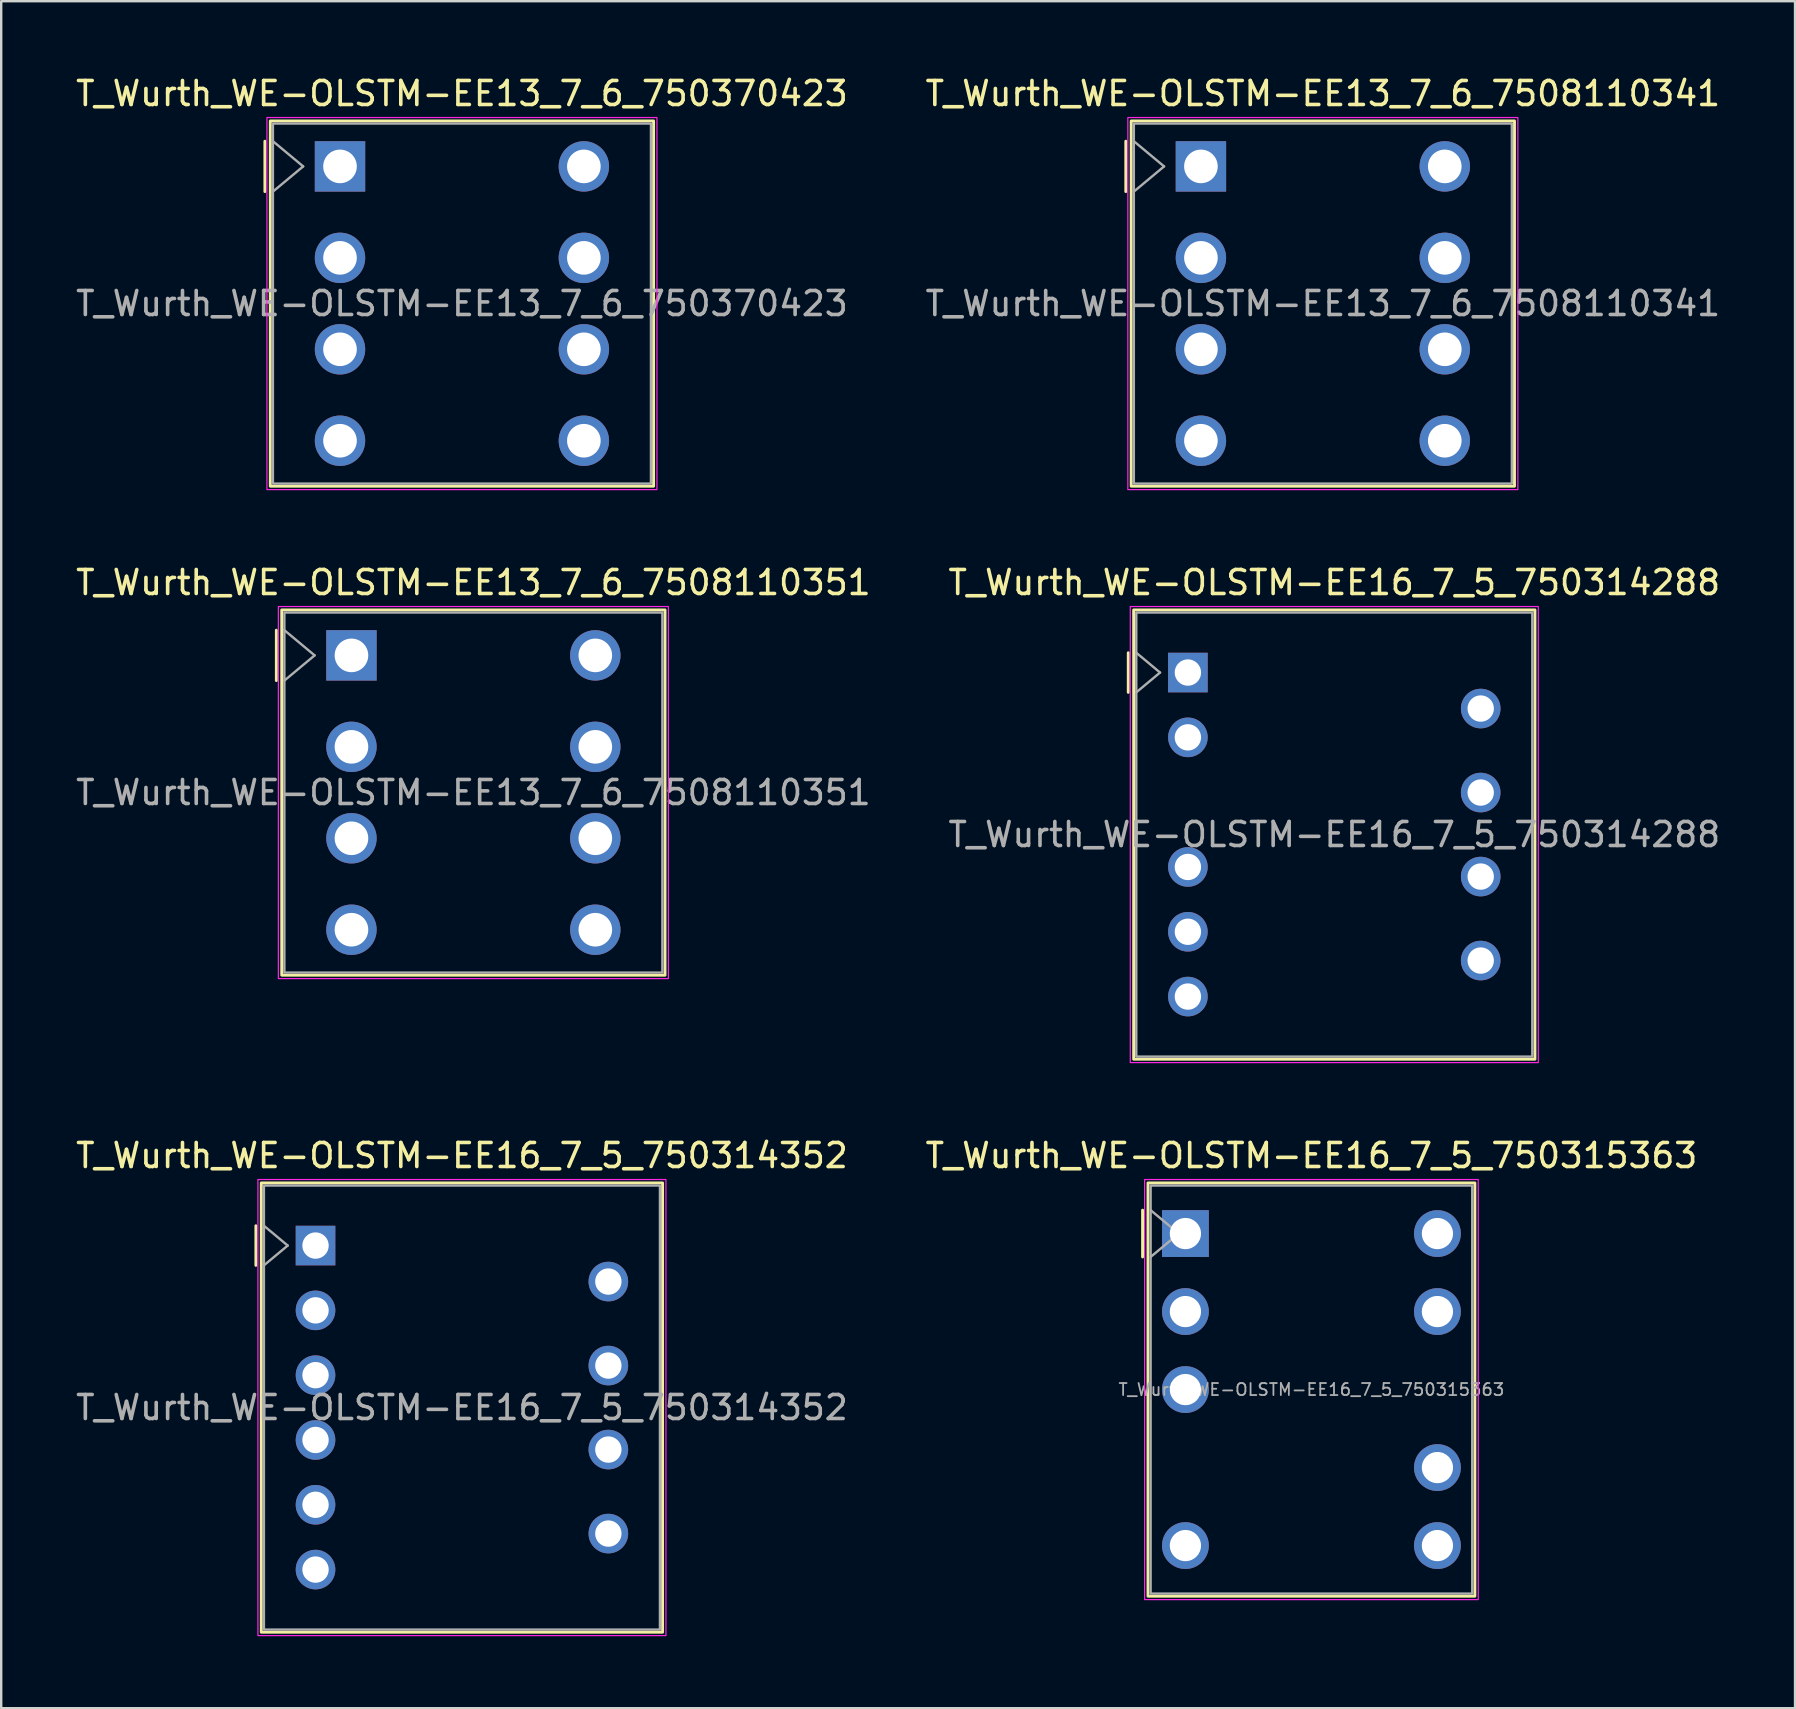
<source format=kicad_pcb>
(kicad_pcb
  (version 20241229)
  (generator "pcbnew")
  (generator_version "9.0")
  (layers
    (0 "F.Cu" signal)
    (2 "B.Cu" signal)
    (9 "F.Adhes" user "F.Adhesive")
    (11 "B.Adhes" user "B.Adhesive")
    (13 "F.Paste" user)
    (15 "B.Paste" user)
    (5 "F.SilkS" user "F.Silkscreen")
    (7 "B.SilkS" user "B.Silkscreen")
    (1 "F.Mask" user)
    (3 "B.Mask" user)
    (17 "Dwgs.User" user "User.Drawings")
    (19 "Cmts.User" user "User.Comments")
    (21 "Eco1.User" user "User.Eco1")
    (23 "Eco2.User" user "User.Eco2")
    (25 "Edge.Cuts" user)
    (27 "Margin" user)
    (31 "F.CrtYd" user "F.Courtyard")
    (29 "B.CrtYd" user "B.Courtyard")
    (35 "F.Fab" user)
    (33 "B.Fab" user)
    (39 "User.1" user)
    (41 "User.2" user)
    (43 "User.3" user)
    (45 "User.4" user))
  (footprint "T_Wurth_WE-OLSTM-EE16_7_5_750314352"
    (layer "F.Cu")
    (at 10.096 48.845)
    (property "Reference" "T_Wurth_WE-OLSTM-EE16_7_5_750314352" (at 6.1 -3.75 0) (unlocked yes) (layer "F.SilkS") (effects (font (size 1 1) (thickness 0.15))))
    (attr smd)
    (fp_line (start -2.485 -0.825) (end -2.485 0.825) (stroke (width 0.12) (type solid)) (layer "F.SilkS"))
    (fp_rect (start -2.26 -2.61) (end 14.46 16.11) (stroke (width 0.12) (type solid)) (fill no) (layer "F.SilkS"))
    (fp_rect (start -2.4 -2.75) (end 14.6 16.25) (stroke (width 0.05) (type solid)) (fill no) (layer "F.CrtYd"))
    (fp_line (start -2.15 -0.825) (end -1.16 0) (stroke (width 0.1) (type solid)) (layer "F.Fab"))
    (fp_line (start -2.15 0.825) (end -1.16 0) (stroke (width 0.1) (type solid)) (layer "F.Fab"))
    (fp_rect (start -2.15 -2.5) (end 14.35 16) (stroke (width 0.1) (type solid)) (fill no) (layer "F.Fab"))
    (fp_text user "${REFERENCE}" (at 6.1 6.75 0) (unlocked yes) (layer "F.Fab") (effects (font (size 1 1) (thickness 0.15))))
    (pad "1" thru_hole rect (at 0 0) (size 1.65 1.65) (drill 1.1) (layers "*.Cu" "*.Mask"))
    (pad "2" thru_hole circle (at 0 2.7) (size 1.65 1.65) (drill 1.1) (layers "*.Cu" "*.Mask"))
    (pad "3" thru_hole circle (at 0 5.4) (size 1.65 1.65) (drill 1.1) (layers "*.Cu" "*.Mask"))
    (pad "4" thru_hole circle (at 0 8.1) (size 1.65 1.65) (drill 1.1) (layers "*.Cu" "*.Mask"))
    (pad "5" thru_hole circle (at 0 10.8) (size 1.65 1.65) (drill 1.1) (layers "*.Cu" "*.Mask"))
    (pad "6" thru_hole circle (at 0 13.5) (size 1.65 1.65) (drill 1.1) (layers "*.Cu" "*.Mask"))
    (pad "7" thru_hole circle (at 12.2 12) (size 1.65 1.65) (drill 1.1) (layers "*.Cu" "*.Mask"))
    (pad "8" thru_hole circle (at 12.2 8.5) (size 1.65 1.65) (drill 1.1) (layers "*.Cu" "*.Mask"))
    (pad "9" thru_hole circle (at 12.2 5) (size 1.65 1.65) (drill 1.1) (layers "*.Cu" "*.Mask"))
    (pad "10" thru_hole circle (at 12.2 1.5) (size 1.65 1.65) (drill 1.1) (layers "*.Cu" "*.Mask")))
  (footprint "T_Wurth_WE-OLSTM-EE16_7_5_750314288"
    (layer "F.Cu")
    (at 46.442 24.971)
    (property "Reference" "T_Wurth_WE-OLSTM-EE16_7_5_750314288" (at 6.1 -3.75 0) (unlocked yes) (layer "F.SilkS") (effects (font (size 1 1) (thickness 0.15))))
    (attr smd)
    (fp_line (start -2.485 -0.825) (end -2.485 0.825) (stroke (width 0.12) (type solid)) (layer "F.SilkS"))
    (fp_rect (start -2.26 -2.61) (end 14.46 16.11) (stroke (width 0.12) (type solid)) (fill no) (layer "F.SilkS"))
    (fp_rect (start -2.4 -2.75) (end 14.6 16.25) (stroke (width 0.05) (type solid)) (fill no) (layer "F.CrtYd"))
    (fp_line (start -2.15 -0.825) (end -1.16 0) (stroke (width 0.1) (type solid)) (layer "F.Fab"))
    (fp_line (start -2.15 0.825) (end -1.16 0) (stroke (width 0.1) (type solid)) (layer "F.Fab"))
    (fp_rect (start -2.15 -2.5) (end 14.35 16) (stroke (width 0.1) (type solid)) (fill no) (layer "F.Fab"))
    (fp_text user "${REFERENCE}" (at 6.1 6.75 0) (unlocked yes) (layer "F.Fab") (effects (font (size 1 1) (thickness 0.15))))
    (pad "1" thru_hole rect (at 0 0) (size 1.65 1.65) (drill 1.1) (layers "*.Cu" "*.Mask"))
    (pad "2" thru_hole circle (at 0 2.7) (size 1.65 1.65) (drill 1.1) (layers "*.Cu" "*.Mask"))
    (pad "4" thru_hole circle (at 0 8.1) (size 1.65 1.65) (drill 1.1) (layers "*.Cu" "*.Mask"))
    (pad "5" thru_hole circle (at 0 10.8) (size 1.65 1.65) (drill 1.1) (layers "*.Cu" "*.Mask"))
    (pad "6" thru_hole circle (at 0 13.5) (size 1.65 1.65) (drill 1.1) (layers "*.Cu" "*.Mask"))
    (pad "7" thru_hole circle (at 12.2 12) (size 1.65 1.65) (drill 1.1) (layers "*.Cu" "*.Mask"))
    (pad "8" thru_hole circle (at 12.2 8.5) (size 1.65 1.65) (drill 1.1) (layers "*.Cu" "*.Mask"))
    (pad "9" thru_hole circle (at 12.2 5) (size 1.65 1.65) (drill 1.1) (layers "*.Cu" "*.Mask"))
    (pad "10" thru_hole circle (at 12.2 1.5) (size 1.65 1.65) (drill 1.1) (layers "*.Cu" "*.Mask")))
  (footprint "T_Wurth_WE-OLSTM-EE13_7_6_7508110341"
    (layer "F.Cu")
    (at 46.985 3.883)
    (property "Reference" "T_Wurth_WE-OLSTM-EE13_7_6_7508110341" (at 5.08 -3.035 0) (unlocked yes) (layer "F.SilkS") (effects (font (size 1 1) (thickness 0.15))))
    (attr smd)
    (fp_line (start -3.13 -1.05) (end -3.13 1.05) (stroke (width 0.12) (type solid)) (layer "F.SilkS"))
    (fp_rect (start -2.905 -1.895) (end 13.065 13.325) (stroke (width 0.12) (type solid)) (fill no) (layer "F.SilkS"))
    (fp_rect (start -3.045 -2.035) (end 13.205 13.465) (stroke (width 0.05) (type solid)) (fill no) (layer "F.CrtYd"))
    (fp_line (start -2.795 -1.05) (end -1.535 0) (stroke (width 0.1) (type solid)) (layer "F.Fab"))
    (fp_line (start -2.795 1.05) (end -1.535 0) (stroke (width 0.1) (type solid)) (layer "F.Fab"))
    (fp_rect (start -2.795 -1.785) (end 12.955 13.215) (stroke (width 0.1) (type solid)) (fill no) (layer "F.Fab"))
    (fp_text user "${REFERENCE}" (at 5.08 5.715 0) (unlocked yes) (layer "F.Fab") (effects (font (size 1 1) (thickness 0.15))))
    (pad "1" thru_hole rect (at 0 0) (size 2.1 2.1) (drill 1.4) (layers "*.Cu" "*.Mask"))
    (pad "2" thru_hole circle (at 0 3.81) (size 2.1 2.1) (drill 1.4) (layers "*.Cu" "*.Mask"))
    (pad "3" thru_hole circle (at 0 7.62) (size 2.1 2.1) (drill 1.4) (layers "*.Cu" "*.Mask"))
    (pad "4" thru_hole circle (at 0 11.43) (size 2.1 2.1) (drill 1.4) (layers "*.Cu" "*.Mask"))
    (pad "5" thru_hole circle (at 10.16 11.43) (size 2.1 2.1) (drill 1.4) (layers "*.Cu" "*.Mask"))
    (pad "6" thru_hole circle (at 10.16 7.62) (size 2.1 2.1) (drill 1.4) (layers "*.Cu" "*.Mask"))
    (pad "7" thru_hole circle (at 10.16 3.81) (size 2.1 2.1) (drill 1.4) (layers "*.Cu" "*.Mask"))
    (pad "8" thru_hole circle (at 10.16 0) (size 2.1 2.1) (drill 1.4) (layers "*.Cu" "*.Mask")))
  (footprint "T_Wurth_WE-OLSTM-EE16_7_5_750315363"
    (layer "F.Cu")
    (at 46.339 48.345)
    (property "Reference" "T_Wurth_WE-OLSTM-EE16_7_5_750315363" (at 5.25 -3.25 0) (unlocked yes) (layer "F.SilkS") (effects (font (size 1 1) (thickness 0.15))))
    (attr smd)
    (fp_line (start -1.785 -0.975) (end -1.785 0.975) (stroke (width 0.12) (type solid)) (layer "F.SilkS"))
    (fp_rect (start -1.56 -2.11) (end 12.06 15.11) (stroke (width 0.12) (type solid)) (fill no) (layer "F.SilkS"))
    (fp_rect (start -1.7 -2.25) (end 12.2 15.25) (stroke (width 0.05) (type solid)) (fill no) (layer "F.CrtYd"))
    (fp_line (start -1.45 -0.975) (end -0.28 0) (stroke (width 0.1) (type solid)) (layer "F.Fab"))
    (fp_line (start -1.45 0.975) (end -0.28 0) (stroke (width 0.1) (type solid)) (layer "F.Fab"))
    (fp_rect (start -1.45 -2) (end 11.95 15) (stroke (width 0.1) (type solid)) (fill no) (layer "F.Fab"))
    (fp_text user "${REFERENCE}" (at 5.25 6.5 0) (unlocked yes) (layer "F.Fab") (effects (font (size 0.5 0.5) (thickness 0.075))))
    (pad "1" thru_hole rect (at 0 0) (size 1.95 1.95) (drill 1.3) (layers "*.Cu" "*.Mask"))
    (pad "2" thru_hole circle (at 0 3.25) (size 1.95 1.95) (drill 1.3) (layers "*.Cu" "*.Mask"))
    (pad "3" thru_hole circle (at 0 6.5) (size 1.95 1.95) (drill 1.3) (layers "*.Cu" "*.Mask"))
    (pad "5" thru_hole circle (at 0 13) (size 1.95 1.95) (drill 1.3) (layers "*.Cu" "*.Mask"))
    (pad "6" thru_hole circle (at 10.5 13) (size 1.95 1.95) (drill 1.3) (layers "*.Cu" "*.Mask"))
    (pad "7" thru_hole circle (at 10.5 9.75) (size 1.95 1.95) (drill 1.3) (layers "*.Cu" "*.Mask"))
    (pad "9" thru_hole circle (at 10.5 3.25) (size 1.95 1.95) (drill 1.3) (layers "*.Cu" "*.Mask"))
    (pad "10" thru_hole circle (at 10.5 0) (size 1.95 1.95) (drill 1.3) (layers "*.Cu" "*.Mask")))
  (footprint "T_Wurth_WE-OLSTM-EE13_7_6_750370423"
    (layer "F.Cu")
    (at 11.116 3.883)
    (property "Reference" "T_Wurth_WE-OLSTM-EE13_7_6_750370423" (at 5.08 -3.035 0) (unlocked yes) (layer "F.SilkS") (effects (font (size 1 1) (thickness 0.15))))
    (attr smd)
    (fp_line (start -3.13 -1.05) (end -3.13 1.05) (stroke (width 0.12) (type solid)) (layer "F.SilkS"))
    (fp_rect (start -2.905 -1.895) (end 13.065 13.325) (stroke (width 0.12) (type solid)) (fill no) (layer "F.SilkS"))
    (fp_rect (start -3.045 -2.035) (end 13.205 13.465) (stroke (width 0.05) (type solid)) (fill no) (layer "F.CrtYd"))
    (fp_line (start -2.795 -1.05) (end -1.535 0) (stroke (width 0.1) (type solid)) (layer "F.Fab"))
    (fp_line (start -2.795 1.05) (end -1.535 0) (stroke (width 0.1) (type solid)) (layer "F.Fab"))
    (fp_rect (start -2.795 -1.785) (end 12.955 13.215) (stroke (width 0.1) (type solid)) (fill no) (layer "F.Fab"))
    (fp_text user "${REFERENCE}" (at 5.08 5.715 0) (unlocked yes) (layer "F.Fab") (effects (font (size 1 1) (thickness 0.15))))
    (pad "1" thru_hole rect (at 0 0) (size 2.1 2.1) (drill 1.4) (layers "*.Cu" "*.Mask"))
    (pad "2" thru_hole circle (at 0 3.81) (size 2.1 2.1) (drill 1.4) (layers "*.Cu" "*.Mask"))
    (pad "3" thru_hole circle (at 0 7.62) (size 2.1 2.1) (drill 1.4) (layers "*.Cu" "*.Mask"))
    (pad "4" thru_hole circle (at 0 11.43) (size 2.1 2.1) (drill 1.4) (layers "*.Cu" "*.Mask"))
    (pad "5" thru_hole circle (at 10.16 11.43) (size 2.1 2.1) (drill 1.4) (layers "*.Cu" "*.Mask"))
    (pad "6" thru_hole circle (at 10.16 7.62) (size 2.1 2.1) (drill 1.4) (layers "*.Cu" "*.Mask"))
    (pad "7" thru_hole circle (at 10.16 3.81) (size 2.1 2.1) (drill 1.4) (layers "*.Cu" "*.Mask"))
    (pad "8" thru_hole circle (at 10.16 0) (size 2.1 2.1) (drill 1.4) (layers "*.Cu" "*.Mask")))
  (footprint "T_Wurth_WE-OLSTM-EE13_7_6_7508110351"
    (layer "F.Cu")
    (at 11.593 24.256)
    (property "Reference" "T_Wurth_WE-OLSTM-EE13_7_6_7508110351" (at 5.08 -3.035 0) (unlocked yes) (layer "F.SilkS") (effects (font (size 1 1) (thickness 0.15))))
    (attr smd)
    (fp_line (start -3.13 -1.05) (end -3.13 1.05) (stroke (width 0.12) (type solid)) (layer "F.SilkS"))
    (fp_rect (start -2.905 -1.895) (end 13.065 13.325) (stroke (width 0.12) (type solid)) (fill no) (layer "F.SilkS"))
    (fp_rect (start -3.045 -2.035) (end 13.205 13.465) (stroke (width 0.05) (type solid)) (fill no) (layer "F.CrtYd"))
    (fp_line (start -2.795 -1.05) (end -1.535 0) (stroke (width 0.1) (type solid)) (layer "F.Fab"))
    (fp_line (start -2.795 1.05) (end -1.535 0) (stroke (width 0.1) (type solid)) (layer "F.Fab"))
    (fp_rect (start -2.795 -1.785) (end 12.955 13.215) (stroke (width 0.1) (type solid)) (fill no) (layer "F.Fab"))
    (fp_text user "${REFERENCE}" (at 5.08 5.715 0) (unlocked yes) (layer "F.Fab") (effects (font (size 1 1) (thickness 0.15))))
    (pad "1" thru_hole rect (at 0 0) (size 2.1 2.1) (drill 1.4) (layers "*.Cu" "*.Mask"))
    (pad "2" thru_hole circle (at 0 3.81) (size 2.1 2.1) (drill 1.4) (layers "*.Cu" "*.Mask"))
    (pad "3" thru_hole circle (at 0 7.62) (size 2.1 2.1) (drill 1.4) (layers "*.Cu" "*.Mask"))
    (pad "4" thru_hole circle (at 0 11.43) (size 2.1 2.1) (drill 1.4) (layers "*.Cu" "*.Mask"))
    (pad "5" thru_hole circle (at 10.16 11.43) (size 2.1 2.1) (drill 1.4) (layers "*.Cu" "*.Mask"))
    (pad "6" thru_hole circle (at 10.16 7.62) (size 2.1 2.1) (drill 1.4) (layers "*.Cu" "*.Mask"))
    (pad "7" thru_hole circle (at 10.16 3.81) (size 2.1 2.1) (drill 1.4) (layers "*.Cu" "*.Mask"))
    (pad "8" thru_hole circle (at 10.16 0) (size 2.1 2.1) (drill 1.4) (layers "*.Cu" "*.Mask")))
  (gr_rect
    (start -3 -3)
    (end 71.738 68.12)
    (stroke (width 0.1) (type default))
    (fill no)
    (layer "Edge.Cuts")))
</source>
